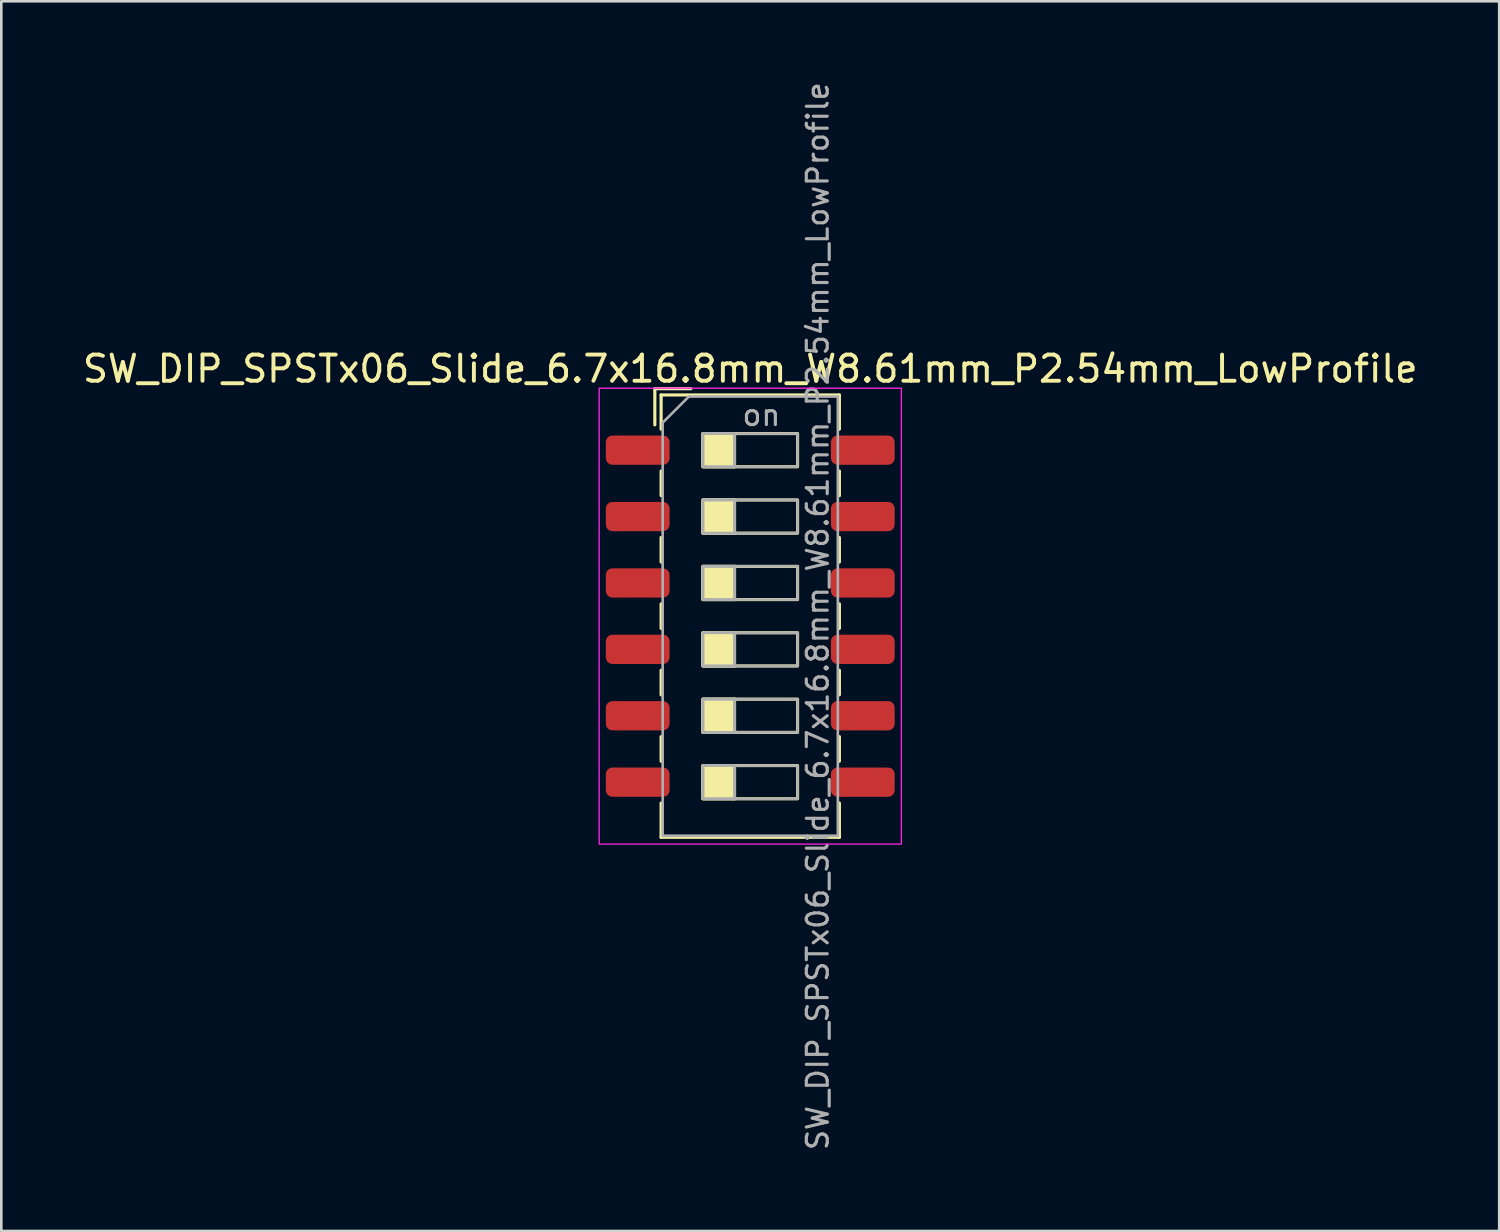
<source format=kicad_pcb>
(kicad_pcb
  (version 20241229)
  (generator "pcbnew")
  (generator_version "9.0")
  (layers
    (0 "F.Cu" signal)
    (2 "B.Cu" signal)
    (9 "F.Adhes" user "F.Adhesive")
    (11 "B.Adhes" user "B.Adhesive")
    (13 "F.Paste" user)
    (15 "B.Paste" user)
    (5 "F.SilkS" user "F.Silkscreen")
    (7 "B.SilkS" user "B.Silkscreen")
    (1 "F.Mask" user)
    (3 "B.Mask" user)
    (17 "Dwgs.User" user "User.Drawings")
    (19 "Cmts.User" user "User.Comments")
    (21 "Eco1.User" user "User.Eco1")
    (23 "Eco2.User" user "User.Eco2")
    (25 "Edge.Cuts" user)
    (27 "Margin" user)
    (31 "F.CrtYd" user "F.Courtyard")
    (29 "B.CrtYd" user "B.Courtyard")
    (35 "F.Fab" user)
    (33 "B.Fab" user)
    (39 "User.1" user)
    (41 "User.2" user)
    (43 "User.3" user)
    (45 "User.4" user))
  (footprint "SW_DIP_SPSTx06_Slide_6.7x16.8mm_W8.61mm_P2.54mm_LowProfile"
    (layer "F.Cu")
    (at 25.649 20.519)
    (property "Reference" "SW_DIP_SPSTx06_Slide_6.7x16.8mm_W8.61mm_P2.54mm_LowProfile" (at 0 -9.46 0) (layer "F.SilkS") (effects (font (size 1 1) (thickness 0.15))))
    (attr smd)
    (fp_line (start -3.65 -8.7) (end -3.65 -7.317) (stroke (width 0.12) (type solid)) (layer "F.SilkS"))
    (fp_line (start -3.65 -8.7) (end -2.267 -8.7) (stroke (width 0.12) (type solid)) (layer "F.SilkS"))
    (fp_line (start -3.41 -8.46) (end -3.41 -7.15) (stroke (width 0.12) (type solid)) (layer "F.SilkS"))
    (fp_line (start -3.41 -8.46) (end 3.41 -8.46) (stroke (width 0.12) (type solid)) (layer "F.SilkS"))
    (fp_line (start -3.41 -5.55) (end -3.41 -4.61) (stroke (width 0.12) (type solid)) (layer "F.SilkS"))
    (fp_line (start -3.41 -3.01) (end -3.41 -2.07) (stroke (width 0.12) (type solid)) (layer "F.SilkS"))
    (fp_line (start -3.41 -0.47) (end -3.41 0.47) (stroke (width 0.12) (type solid)) (layer "F.SilkS"))
    (fp_line (start -3.41 2.07) (end -3.41 3.01) (stroke (width 0.12) (type solid)) (layer "F.SilkS"))
    (fp_line (start -3.41 4.61) (end -3.41 5.55) (stroke (width 0.12) (type solid)) (layer "F.SilkS"))
    (fp_line (start -3.41 7.15) (end -3.41 8.46) (stroke (width 0.12) (type solid)) (layer "F.SilkS"))
    (fp_line (start -3.41 8.46) (end 3.41 8.46) (stroke (width 0.12) (type solid)) (layer "F.SilkS"))
    (fp_line (start -0.603 -6.985) (end -0.603 -5.715) (stroke (width 0.12) (type solid)) (layer "F.SilkS"))
    (fp_line (start -0.603 -4.445) (end -0.603 -3.175) (stroke (width 0.12) (type solid)) (layer "F.SilkS"))
    (fp_line (start -0.603 -1.905) (end -0.603 -0.635) (stroke (width 0.12) (type solid)) (layer "F.SilkS"))
    (fp_line (start -0.603 0.635) (end -0.603 1.905) (stroke (width 0.12) (type solid)) (layer "F.SilkS"))
    (fp_line (start -0.603 3.175) (end -0.603 4.445) (stroke (width 0.12) (type solid)) (layer "F.SilkS"))
    (fp_line (start -0.603 5.715) (end -0.603 6.985) (stroke (width 0.12) (type solid)) (layer "F.SilkS"))
    (fp_line (start 3.41 -8.46) (end 3.41 -7.15) (stroke (width 0.12) (type solid)) (layer "F.SilkS"))
    (fp_line (start 3.41 -5.55) (end 3.41 -4.61) (stroke (width 0.12) (type solid)) (layer "F.SilkS"))
    (fp_line (start 3.41 -3.01) (end 3.41 -2.07) (stroke (width 0.12) (type solid)) (layer "F.SilkS"))
    (fp_line (start 3.41 -0.47) (end 3.41 0.47) (stroke (width 0.12) (type solid)) (layer "F.SilkS"))
    (fp_line (start 3.41 2.07) (end 3.41 3.01) (stroke (width 0.12) (type solid)) (layer "F.SilkS"))
    (fp_line (start 3.41 4.61) (end 3.41 5.55) (stroke (width 0.12) (type solid)) (layer "F.SilkS"))
    (fp_line (start 3.41 7.15) (end 3.41 8.46) (stroke (width 0.12) (type solid)) (layer "F.SilkS"))
    (fp_rect (start -1.81 -6.985) (end -0.603 -5.715) (stroke (width 0.12) (type solid)) (fill yes) (layer "F.SilkS"))
    (fp_rect (start -1.81 -6.985) (end 1.81 -5.715) (stroke (width 0.12) (type solid)) (fill no) (layer "F.SilkS"))
    (fp_rect (start -1.81 -4.445) (end -0.603 -3.175) (stroke (width 0.12) (type solid)) (fill yes) (layer "F.SilkS"))
    (fp_rect (start -1.81 -4.445) (end 1.81 -3.175) (stroke (width 0.12) (type solid)) (fill no) (layer "F.SilkS"))
    (fp_rect (start -1.81 -1.905) (end -0.603 -0.635) (stroke (width 0.12) (type solid)) (fill yes) (layer "F.SilkS"))
    (fp_rect (start -1.81 -1.905) (end 1.81 -0.635) (stroke (width 0.12) (type solid)) (fill no) (layer "F.SilkS"))
    (fp_rect (start -1.81 0.635) (end -0.603 1.905) (stroke (width 0.12) (type solid)) (fill yes) (layer "F.SilkS"))
    (fp_rect (start -1.81 0.635) (end 1.81 1.905) (stroke (width 0.12) (type solid)) (fill no) (layer "F.SilkS"))
    (fp_rect (start -1.81 3.175) (end -0.603 4.445) (stroke (width 0.12) (type solid)) (fill yes) (layer "F.SilkS"))
    (fp_rect (start -1.81 3.175) (end 1.81 4.445) (stroke (width 0.12) (type solid)) (fill no) (layer "F.SilkS"))
    (fp_rect (start -1.81 5.715) (end -0.603 6.985) (stroke (width 0.12) (type solid)) (fill yes) (layer "F.SilkS"))
    (fp_rect (start -1.81 5.715) (end 1.81 6.985) (stroke (width 0.12) (type solid)) (fill no) (layer "F.SilkS"))
    (fp_rect (start -5.78 -8.72) (end 5.78 8.72) (stroke (width 0.05) (type solid)) (fill no) (layer "F.CrtYd"))
    (fp_line (start -3.35 -7.4) (end -2.35 -8.4) (stroke (width 0.1) (type solid)) (layer "F.Fab"))
    (fp_line (start -3.35 8.4) (end -3.35 -7.4) (stroke (width 0.1) (type solid)) (layer "F.Fab"))
    (fp_line (start -2.35 -8.4) (end 3.35 -8.4) (stroke (width 0.1) (type solid)) (layer "F.Fab"))
    (fp_line (start -0.603 -6.985) (end -0.603 -5.715) (stroke (width 0.1) (type solid)) (layer "F.Fab"))
    (fp_line (start -0.603 -4.445) (end -0.603 -3.175) (stroke (width 0.1) (type solid)) (layer "F.Fab"))
    (fp_line (start -0.603 -1.905) (end -0.603 -0.635) (stroke (width 0.1) (type solid)) (layer "F.Fab"))
    (fp_line (start -0.603 0.635) (end -0.603 1.905) (stroke (width 0.1) (type solid)) (layer "F.Fab"))
    (fp_line (start -0.603 3.175) (end -0.603 4.445) (stroke (width 0.1) (type solid)) (layer "F.Fab"))
    (fp_line (start -0.603 5.715) (end -0.603 6.985) (stroke (width 0.1) (type solid)) (layer "F.Fab"))
    (fp_line (start 3.35 -8.4) (end 3.35 8.4) (stroke (width 0.1) (type solid)) (layer "F.Fab"))
    (fp_line (start 3.35 8.4) (end -3.35 8.4) (stroke (width 0.1) (type solid)) (layer "F.Fab"))
    (fp_rect (start -1.81 -6.985) (end -0.603 -5.715) (stroke (width 0.1) (type solid)) (fill no) (layer "F.Fab"))
    (fp_rect (start -1.81 -6.985) (end 1.81 -5.715) (stroke (width 0.1) (type solid)) (fill no) (layer "F.Fab"))
    (fp_rect (start -1.81 -4.445) (end -0.603 -3.175) (stroke (width 0.1) (type solid)) (fill no) (layer "F.Fab"))
    (fp_rect (start -1.81 -4.445) (end 1.81 -3.175) (stroke (width 0.1) (type solid)) (fill no) (layer "F.Fab"))
    (fp_rect (start -1.81 -1.905) (end -0.603 -0.635) (stroke (width 0.1) (type solid)) (fill no) (layer "F.Fab"))
    (fp_rect (start -1.81 -1.905) (end 1.81 -0.635) (stroke (width 0.1) (type solid)) (fill no) (layer "F.Fab"))
    (fp_rect (start -1.81 0.635) (end -0.603 1.905) (stroke (width 0.1) (type solid)) (fill no) (layer "F.Fab"))
    (fp_rect (start -1.81 0.635) (end 1.81 1.905) (stroke (width 0.1) (type solid)) (fill no) (layer "F.Fab"))
    (fp_rect (start -1.81 3.175) (end -0.603 4.445) (stroke (width 0.1) (type solid)) (fill no) (layer "F.Fab"))
    (fp_rect (start -1.81 3.175) (end 1.81 4.445) (stroke (width 0.1) (type solid)) (fill no) (layer "F.Fab"))
    (fp_rect (start -1.81 5.715) (end -0.603 6.985) (stroke (width 0.1) (type solid)) (fill no) (layer "F.Fab"))
    (fp_rect (start -1.81 5.715) (end 1.81 6.985) (stroke (width 0.1) (type solid)) (fill no) (layer "F.Fab"))
    (fp_text user "${REFERENCE}" (at 2.58 0 90) (layer "F.Fab") (effects (font (size 0.8 0.8) (thickness 0.12))))
    (fp_text user "on" (at 0.427 -7.692 0) (layer "F.Fab") (effects (font (size 0.8 0.8) (thickness 0.12))))
    (pad "1" smd roundrect (at -4.305 -6.35) (size 2.44 1.12) (layers "F.Cu" "F.Mask" "F.Paste") (roundrect_rratio 0.223))
    (pad "2" smd roundrect (at -4.305 -3.81) (size 2.44 1.12) (layers "F.Cu" "F.Mask" "F.Paste") (roundrect_rratio 0.223))
    (pad "3" smd roundrect (at -4.305 -1.27) (size 2.44 1.12) (layers "F.Cu" "F.Mask" "F.Paste") (roundrect_rratio 0.223))
    (pad "4" smd roundrect (at -4.305 1.27) (size 2.44 1.12) (layers "F.Cu" "F.Mask" "F.Paste") (roundrect_rratio 0.223))
    (pad "5" smd roundrect (at -4.305 3.81) (size 2.44 1.12) (layers "F.Cu" "F.Mask" "F.Paste") (roundrect_rratio 0.223))
    (pad "6" smd roundrect (at -4.305 6.35) (size 2.44 1.12) (layers "F.Cu" "F.Mask" "F.Paste") (roundrect_rratio 0.223))
    (pad "7" smd roundrect (at 4.305 6.35) (size 2.44 1.12) (layers "F.Cu" "F.Mask" "F.Paste") (roundrect_rratio 0.223))
    (pad "8" smd roundrect (at 4.305 3.81) (size 2.44 1.12) (layers "F.Cu" "F.Mask" "F.Paste") (roundrect_rratio 0.223))
    (pad "9" smd roundrect (at 4.305 1.27) (size 2.44 1.12) (layers "F.Cu" "F.Mask" "F.Paste") (roundrect_rratio 0.223))
    (pad "10" smd roundrect (at 4.305 -1.27) (size 2.44 1.12) (layers "F.Cu" "F.Mask" "F.Paste") (roundrect_rratio 0.223))
    (pad "11" smd roundrect (at 4.305 -3.81) (size 2.44 1.12) (layers "F.Cu" "F.Mask" "F.Paste") (roundrect_rratio 0.223))
    (pad "12" smd roundrect (at 4.305 -6.35) (size 2.44 1.12) (layers "F.Cu" "F.Mask" "F.Paste") (roundrect_rratio 0.223)))
  (gr_rect
    (start -3 -3)
    (end 54.298 44.038)
    (stroke (width 0.1) (type default))
    (fill no)
    (layer "Edge.Cuts")))
</source>
